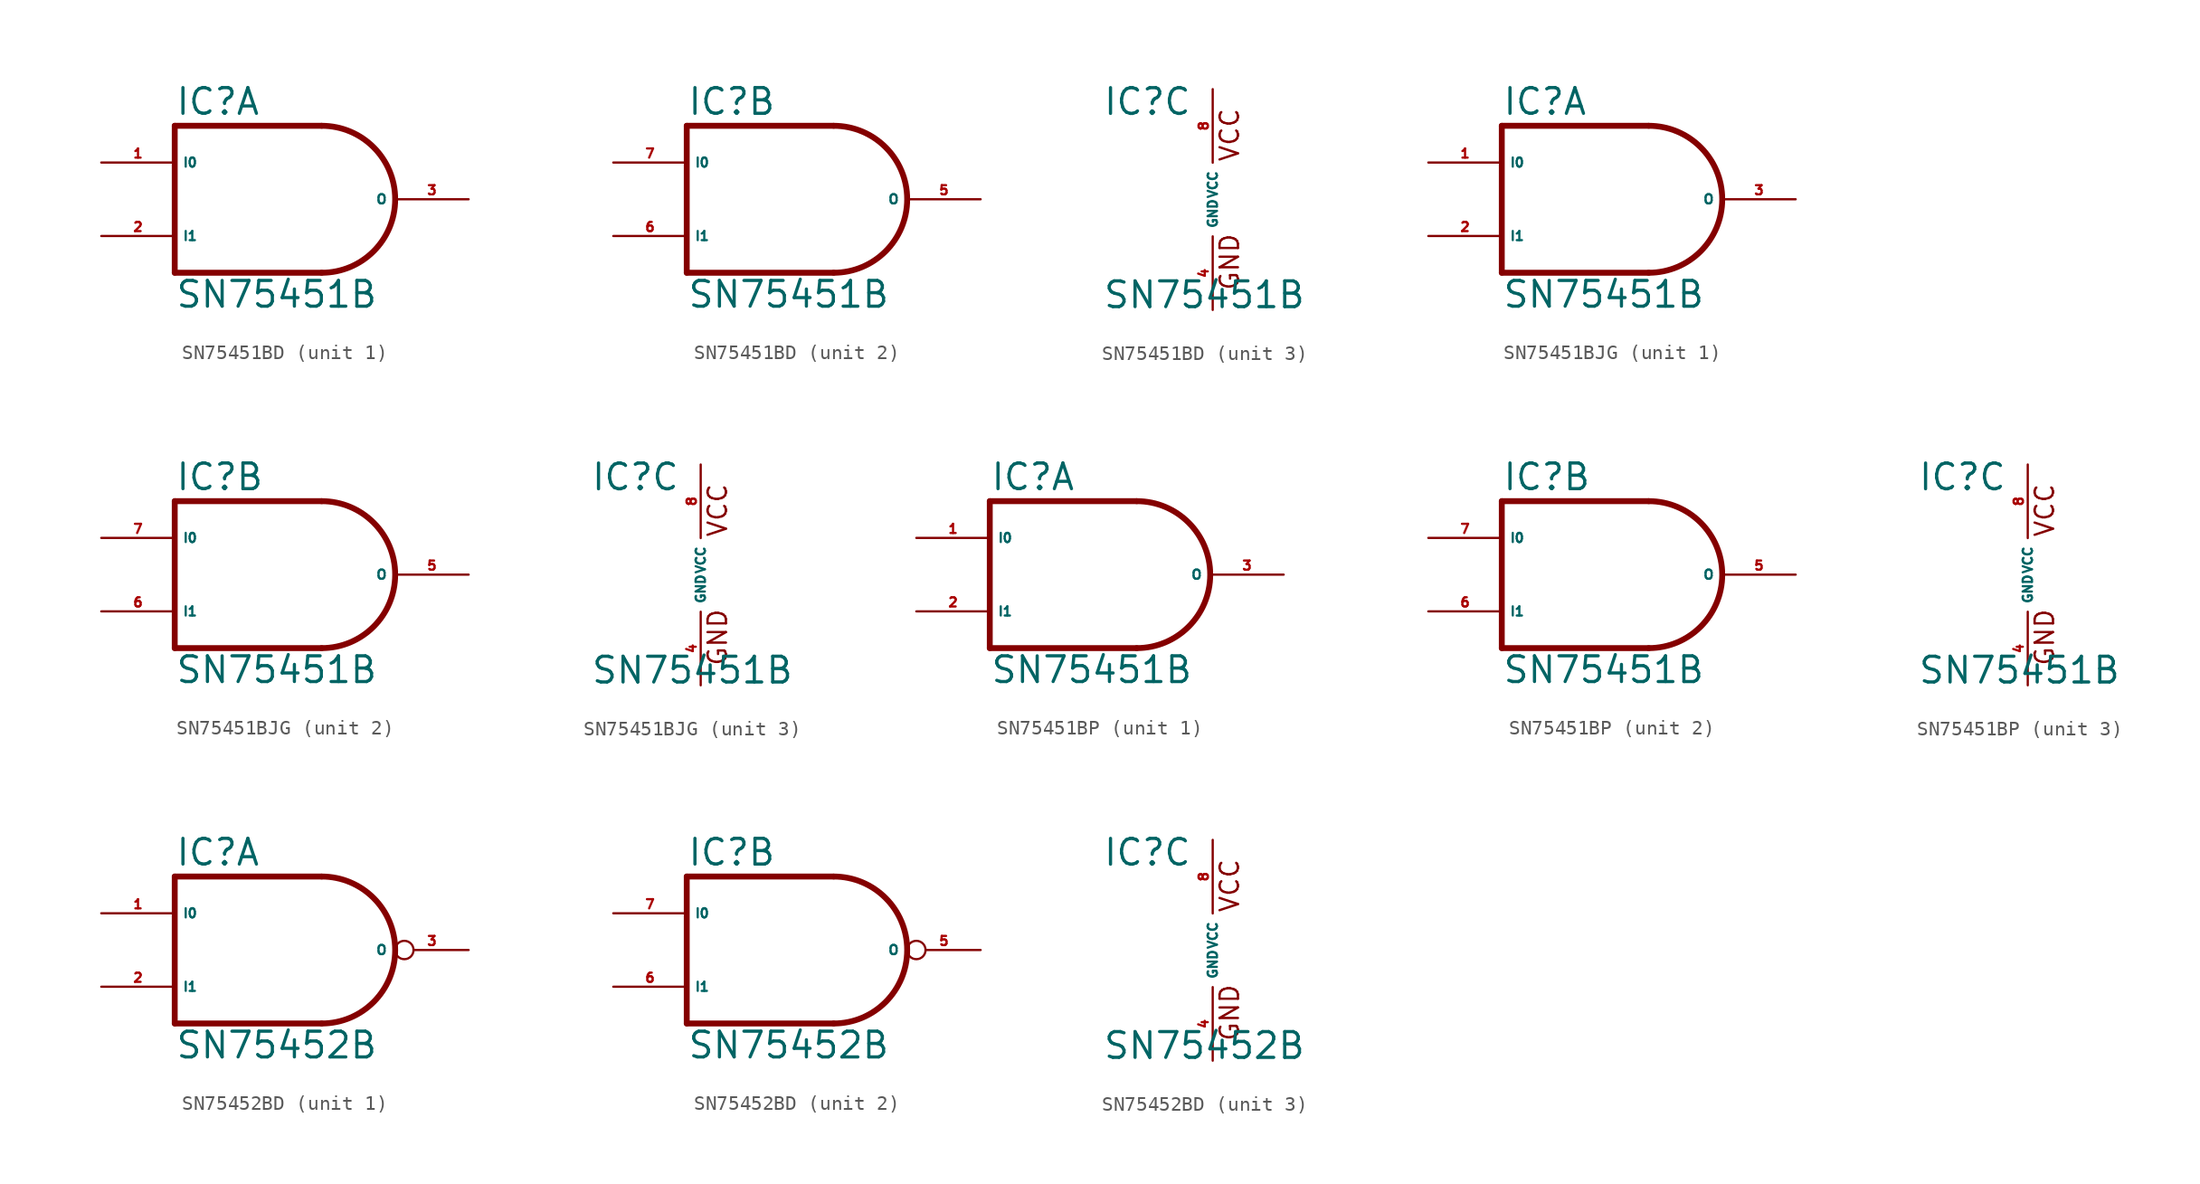
<source format=kicad_sym>
(kicad_symbol_lib
  (version 20220914)
  (generator Eagle2Kicad)
  (symbol "SN75451BD"
    (property "Reference" "IC"
      (at -7.62 5.715 0)
      (effects (font (size 1.778 1.778) (thickness 0.22)) (justify left bottom)))
    (property "Value" "SN75451B"
      (at -7.62 -7.62 0)
      (effects (font (size 1.778 1.778) (thickness 0.22)) (justify left bottom)))
    (symbol "SN75451BD_1_0"
      (polyline (pts (xy -7.62 5.08) (xy -7.62 -5.08)) (stroke (width 0.406) (type default)) (fill (type none)))
      (polyline (pts (xy -7.62 -5.08) (xy 2.54 -5.08)) (stroke (width 0.406) (type default)) (fill (type none)))
      (arc (start 2.54 -5.08) (mid 7.620 0.000) (end 2.54 5.08) (stroke (width 0.4064) (type default)) (fill (type none)))
      (polyline (pts (xy 2.54 5.08) (xy -7.62 5.08)) (stroke (width 0.406) (type default)) (fill (type none)))
      (pin input line (at -12.7 2.54 0) (length 5.08) (name "I0" (effects (font (size 0.635 0.635) (thickness 0.08)) (justify left bottom))) (number "1" (effects (font (size 0.635 0.635) (thickness 0.08)) (justify left bottom))))
      (pin input line (at -12.7 -2.54 0) (length 5.08) (name "I1" (effects (font (size 0.635 0.635) (thickness 0.08)) (justify left bottom))) (number "2" (effects (font (size 0.635 0.635) (thickness 0.08)) (justify left bottom))))
      (pin output line (at 12.7 0 180) (length 5.08) (name "O" (effects (font (size 0.635 0.635) (thickness 0.08)) (justify left bottom))) (number "3" (effects (font (size 0.635 0.635) (thickness 0.08)) (justify left bottom)))))
    (symbol "SN75451BD_2_0"
      (polyline (pts (xy -7.62 5.08) (xy -7.62 -5.08)) (stroke (width 0.406) (type default)) (fill (type none)))
      (polyline (pts (xy -7.62 -5.08) (xy 2.54 -5.08)) (stroke (width 0.406) (type default)) (fill (type none)))
      (arc (start 2.54 -5.08) (mid 7.620 0.000) (end 2.54 5.08) (stroke (width 0.4064) (type default)) (fill (type none)))
      (polyline (pts (xy 2.54 5.08) (xy -7.62 5.08)) (stroke (width 0.406) (type default)) (fill (type none)))
      (pin input line (at -12.7 2.54 0) (length 5.08) (name "I0" (effects (font (size 0.635 0.635) (thickness 0.08)) (justify left bottom))) (number "7" (effects (font (size 0.635 0.635) (thickness 0.08)) (justify left bottom))))
      (pin input line (at -12.7 -2.54 0) (length 5.08) (name "I1" (effects (font (size 0.635 0.635) (thickness 0.08)) (justify left bottom))) (number "6" (effects (font (size 0.635 0.635) (thickness 0.08)) (justify left bottom))))
      (pin output line (at 12.7 0 180) (length 5.08) (name "O" (effects (font (size 0.635 0.635) (thickness 0.08)) (justify left bottom))) (number "5" (effects (font (size 0.635 0.635) (thickness 0.08)) (justify left bottom)))))
    (symbol "SN75451BD_3_0"
      (text "GND" (at 1.905 -6.35 900) (effects (font (size 1.27 1.27) (thickness 0.16)) (justify left bottom)))
      (text "VCC" (at 1.905 2.54 900) (effects (font (size 1.27 1.27) (thickness 0.16)) (justify left bottom)))
      (pin unspecified line (at 0 -7.62 90) (length 5.08) (name "GND" (effects (font (size 0.635 0.635) (thickness 0.08)) (justify left bottom))) (number "4" (effects (font (size 0.635 0.635) (thickness 0.08)) (justify left bottom))))
      (pin unspecified line (at 0 7.62 270) (length 5.08) (name "VCC" (effects (font (size 0.635 0.635) (thickness 0.08)) (justify left bottom))) (number "8" (effects (font (size 0.635 0.635) (thickness 0.08)) (justify left bottom))))))
  (symbol "SN75451BJG"
    (property "Reference" "IC"
      (at -7.62 5.715 0)
      (effects (font (size 1.778 1.778) (thickness 0.22)) (justify left bottom)))
    (property "Value" "SN75451B"
      (at -7.62 -7.62 0)
      (effects (font (size 1.778 1.778) (thickness 0.22)) (justify left bottom)))
    (symbol "SN75451BJG_1_0"
      (polyline (pts (xy -7.62 5.08) (xy -7.62 -5.08)) (stroke (width 0.406) (type default)) (fill (type none)))
      (polyline (pts (xy -7.62 -5.08) (xy 2.54 -5.08)) (stroke (width 0.406) (type default)) (fill (type none)))
      (arc (start 2.54 -5.08) (mid 7.620 0.000) (end 2.54 5.08) (stroke (width 0.4064) (type default)) (fill (type none)))
      (polyline (pts (xy 2.54 5.08) (xy -7.62 5.08)) (stroke (width 0.406) (type default)) (fill (type none)))
      (pin input line (at -12.7 2.54 0) (length 5.08) (name "I0" (effects (font (size 0.635 0.635) (thickness 0.08)) (justify left bottom))) (number "1" (effects (font (size 0.635 0.635) (thickness 0.08)) (justify left bottom))))
      (pin input line (at -12.7 -2.54 0) (length 5.08) (name "I1" (effects (font (size 0.635 0.635) (thickness 0.08)) (justify left bottom))) (number "2" (effects (font (size 0.635 0.635) (thickness 0.08)) (justify left bottom))))
      (pin output line (at 12.7 0 180) (length 5.08) (name "O" (effects (font (size 0.635 0.635) (thickness 0.08)) (justify left bottom))) (number "3" (effects (font (size 0.635 0.635) (thickness 0.08)) (justify left bottom)))))
    (symbol "SN75451BJG_2_0"
      (polyline (pts (xy -7.62 5.08) (xy -7.62 -5.08)) (stroke (width 0.406) (type default)) (fill (type none)))
      (polyline (pts (xy -7.62 -5.08) (xy 2.54 -5.08)) (stroke (width 0.406) (type default)) (fill (type none)))
      (arc (start 2.54 -5.08) (mid 7.620 0.000) (end 2.54 5.08) (stroke (width 0.4064) (type default)) (fill (type none)))
      (polyline (pts (xy 2.54 5.08) (xy -7.62 5.08)) (stroke (width 0.406) (type default)) (fill (type none)))
      (pin input line (at -12.7 2.54 0) (length 5.08) (name "I0" (effects (font (size 0.635 0.635) (thickness 0.08)) (justify left bottom))) (number "7" (effects (font (size 0.635 0.635) (thickness 0.08)) (justify left bottom))))
      (pin input line (at -12.7 -2.54 0) (length 5.08) (name "I1" (effects (font (size 0.635 0.635) (thickness 0.08)) (justify left bottom))) (number "6" (effects (font (size 0.635 0.635) (thickness 0.08)) (justify left bottom))))
      (pin output line (at 12.7 0 180) (length 5.08) (name "O" (effects (font (size 0.635 0.635) (thickness 0.08)) (justify left bottom))) (number "5" (effects (font (size 0.635 0.635) (thickness 0.08)) (justify left bottom)))))
    (symbol "SN75451BJG_3_0"
      (text "GND" (at 1.905 -6.35 900) (effects (font (size 1.27 1.27) (thickness 0.16)) (justify left bottom)))
      (text "VCC" (at 1.905 2.54 900) (effects (font (size 1.27 1.27) (thickness 0.16)) (justify left bottom)))
      (pin unspecified line (at 0 -7.62 90) (length 5.08) (name "GND" (effects (font (size 0.635 0.635) (thickness 0.08)) (justify left bottom))) (number "4" (effects (font (size 0.635 0.635) (thickness 0.08)) (justify left bottom))))
      (pin unspecified line (at 0 7.62 270) (length 5.08) (name "VCC" (effects (font (size 0.635 0.635) (thickness 0.08)) (justify left bottom))) (number "8" (effects (font (size 0.635 0.635) (thickness 0.08)) (justify left bottom))))))
  (symbol "SN75451BP"
    (property "Reference" "IC"
      (at -7.62 5.715 0)
      (effects (font (size 1.778 1.778) (thickness 0.22)) (justify left bottom)))
    (property "Value" "SN75451B"
      (at -7.62 -7.62 0)
      (effects (font (size 1.778 1.778) (thickness 0.22)) (justify left bottom)))
    (symbol "SN75451BP_1_0"
      (polyline (pts (xy -7.62 5.08) (xy -7.62 -5.08)) (stroke (width 0.406) (type default)) (fill (type none)))
      (polyline (pts (xy -7.62 -5.08) (xy 2.54 -5.08)) (stroke (width 0.406) (type default)) (fill (type none)))
      (arc (start 2.54 -5.08) (mid 7.620 0.000) (end 2.54 5.08) (stroke (width 0.4064) (type default)) (fill (type none)))
      (polyline (pts (xy 2.54 5.08) (xy -7.62 5.08)) (stroke (width 0.406) (type default)) (fill (type none)))
      (pin input line (at -12.7 2.54 0) (length 5.08) (name "I0" (effects (font (size 0.635 0.635) (thickness 0.08)) (justify left bottom))) (number "1" (effects (font (size 0.635 0.635) (thickness 0.08)) (justify left bottom))))
      (pin input line (at -12.7 -2.54 0) (length 5.08) (name "I1" (effects (font (size 0.635 0.635) (thickness 0.08)) (justify left bottom))) (number "2" (effects (font (size 0.635 0.635) (thickness 0.08)) (justify left bottom))))
      (pin output line (at 12.7 0 180) (length 5.08) (name "O" (effects (font (size 0.635 0.635) (thickness 0.08)) (justify left bottom))) (number "3" (effects (font (size 0.635 0.635) (thickness 0.08)) (justify left bottom)))))
    (symbol "SN75451BP_2_0"
      (polyline (pts (xy -7.62 5.08) (xy -7.62 -5.08)) (stroke (width 0.406) (type default)) (fill (type none)))
      (polyline (pts (xy -7.62 -5.08) (xy 2.54 -5.08)) (stroke (width 0.406) (type default)) (fill (type none)))
      (arc (start 2.54 -5.08) (mid 7.620 0.000) (end 2.54 5.08) (stroke (width 0.4064) (type default)) (fill (type none)))
      (polyline (pts (xy 2.54 5.08) (xy -7.62 5.08)) (stroke (width 0.406) (type default)) (fill (type none)))
      (pin input line (at -12.7 2.54 0) (length 5.08) (name "I0" (effects (font (size 0.635 0.635) (thickness 0.08)) (justify left bottom))) (number "7" (effects (font (size 0.635 0.635) (thickness 0.08)) (justify left bottom))))
      (pin input line (at -12.7 -2.54 0) (length 5.08) (name "I1" (effects (font (size 0.635 0.635) (thickness 0.08)) (justify left bottom))) (number "6" (effects (font (size 0.635 0.635) (thickness 0.08)) (justify left bottom))))
      (pin output line (at 12.7 0 180) (length 5.08) (name "O" (effects (font (size 0.635 0.635) (thickness 0.08)) (justify left bottom))) (number "5" (effects (font (size 0.635 0.635) (thickness 0.08)) (justify left bottom)))))
    (symbol "SN75451BP_3_0"
      (text "GND" (at 1.905 -6.35 900) (effects (font (size 1.27 1.27) (thickness 0.16)) (justify left bottom)))
      (text "VCC" (at 1.905 2.54 900) (effects (font (size 1.27 1.27) (thickness 0.16)) (justify left bottom)))
      (pin unspecified line (at 0 -7.62 90) (length 5.08) (name "GND" (effects (font (size 0.635 0.635) (thickness 0.08)) (justify left bottom))) (number "4" (effects (font (size 0.635 0.635) (thickness 0.08)) (justify left bottom))))
      (pin unspecified line (at 0 7.62 270) (length 5.08) (name "VCC" (effects (font (size 0.635 0.635) (thickness 0.08)) (justify left bottom))) (number "8" (effects (font (size 0.635 0.635) (thickness 0.08)) (justify left bottom))))))
  (symbol "SN75452BD"
    (property "Reference" "IC"
      (at -7.62 5.715 0)
      (effects (font (size 1.778 1.778) (thickness 0.22)) (justify left bottom)))
    (property "Value" "SN75452B"
      (at -7.62 -7.62 0)
      (effects (font (size 1.778 1.778) (thickness 0.22)) (justify left bottom)))
    (symbol "SN75452BD_1_0"
      (polyline (pts (xy -7.62 5.08) (xy -7.62 -5.08)) (stroke (width 0.406) (type default)) (fill (type none)))
      (polyline (pts (xy -7.62 -5.08) (xy 2.54 -5.08)) (stroke (width 0.406) (type default)) (fill (type none)))
      (polyline (pts (xy 2.54 5.08) (xy -7.62 5.08)) (stroke (width 0.406) (type default)) (fill (type none)))
      (arc (start 2.54 -5.08) (mid 7.620 0.000) (end 2.54 5.08) (stroke (width 0.4064) (type default)) (fill (type none)))
      (pin input line (at -12.7 2.54 0) (length 5.08) (name "I0" (effects (font (size 0.635 0.635) (thickness 0.08)) (justify left bottom))) (number "1" (effects (font (size 0.635 0.635) (thickness 0.08)) (justify left bottom))))
      (pin input line (at -12.7 -2.54 0) (length 5.08) (name "I1" (effects (font (size 0.635 0.635) (thickness 0.08)) (justify left bottom))) (number "2" (effects (font (size 0.635 0.635) (thickness 0.08)) (justify left bottom))))
      (pin output inverted (at 12.7 0 180) (length 5.08) (name "O" (effects (font (size 0.635 0.635) (thickness 0.08)) (justify left bottom))) (number "3" (effects (font (size 0.635 0.635) (thickness 0.08)) (justify left bottom)))))
    (symbol "SN75452BD_2_0"
      (polyline (pts (xy -7.62 5.08) (xy -7.62 -5.08)) (stroke (width 0.406) (type default)) (fill (type none)))
      (polyline (pts (xy -7.62 -5.08) (xy 2.54 -5.08)) (stroke (width 0.406) (type default)) (fill (type none)))
      (polyline (pts (xy 2.54 5.08) (xy -7.62 5.08)) (stroke (width 0.406) (type default)) (fill (type none)))
      (arc (start 2.54 -5.08) (mid 7.620 0.000) (end 2.54 5.08) (stroke (width 0.4064) (type default)) (fill (type none)))
      (pin input line (at -12.7 2.54 0) (length 5.08) (name "I0" (effects (font (size 0.635 0.635) (thickness 0.08)) (justify left bottom))) (number "7" (effects (font (size 0.635 0.635) (thickness 0.08)) (justify left bottom))))
      (pin input line (at -12.7 -2.54 0) (length 5.08) (name "I1" (effects (font (size 0.635 0.635) (thickness 0.08)) (justify left bottom))) (number "6" (effects (font (size 0.635 0.635) (thickness 0.08)) (justify left bottom))))
      (pin output inverted (at 12.7 0 180) (length 5.08) (name "O" (effects (font (size 0.635 0.635) (thickness 0.08)) (justify left bottom))) (number "5" (effects (font (size 0.635 0.635) (thickness 0.08)) (justify left bottom)))))
    (symbol "SN75452BD_3_0"
      (text "GND" (at 1.905 -6.35 900) (effects (font (size 1.27 1.27) (thickness 0.16)) (justify left bottom)))
      (text "VCC" (at 1.905 2.54 900) (effects (font (size 1.27 1.27) (thickness 0.16)) (justify left bottom)))
      (pin unspecified line (at 0 -7.62 90) (length 5.08) (name "GND" (effects (font (size 0.635 0.635) (thickness 0.08)) (justify left bottom))) (number "4" (effects (font (size 0.635 0.635) (thickness 0.08)) (justify left bottom))))
      (pin unspecified line (at 0 7.62 270) (length 5.08) (name "VCC" (effects (font (size 0.635 0.635) (thickness 0.08)) (justify left bottom))) (number "8" (effects (font (size 0.635 0.635) (thickness 0.08)) (justify left bottom)))))))
</source>
